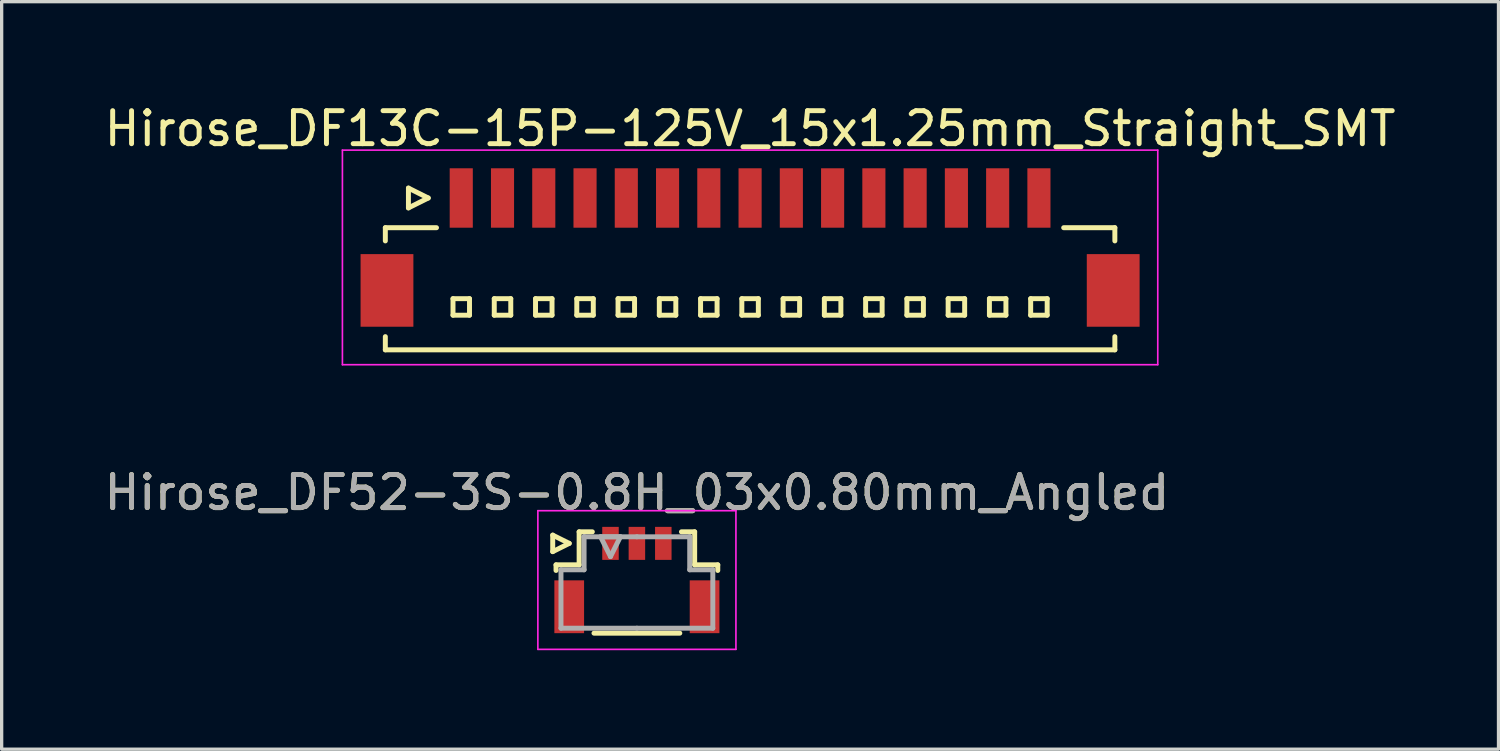
<source format=kicad_pcb>
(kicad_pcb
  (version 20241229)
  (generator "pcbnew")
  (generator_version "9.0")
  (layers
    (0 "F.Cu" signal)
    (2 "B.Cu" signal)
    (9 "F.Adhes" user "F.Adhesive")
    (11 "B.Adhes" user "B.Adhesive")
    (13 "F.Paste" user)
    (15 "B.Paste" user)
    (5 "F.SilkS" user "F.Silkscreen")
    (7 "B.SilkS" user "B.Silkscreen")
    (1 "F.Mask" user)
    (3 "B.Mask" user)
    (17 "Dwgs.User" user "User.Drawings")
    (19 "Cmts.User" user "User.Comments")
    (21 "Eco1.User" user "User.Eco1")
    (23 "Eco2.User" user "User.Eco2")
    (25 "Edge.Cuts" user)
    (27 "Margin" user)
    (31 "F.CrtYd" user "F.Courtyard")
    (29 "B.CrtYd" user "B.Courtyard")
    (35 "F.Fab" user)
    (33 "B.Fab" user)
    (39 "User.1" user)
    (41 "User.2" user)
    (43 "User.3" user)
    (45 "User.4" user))
  (footprint "Hirose_DF52-3S-0.8H_03x0.80mm_Angled"
    (layer "F.Cu")
    (at 16.244 14.371)
    (property "Reference" "Hirose_DF52-3S-0.8H_03x0.80mm_Angled" (at 0 -2.5 0) (layer "F.SilkS") (effects (font (size 1 1) (thickness 0.15))))
    (attr smd)
    (fp_line (start -2.55 -1.21) (end -2.55 -0.71) (stroke (width 0.15) (type solid)) (layer "F.SilkS"))
    (fp_line (start -2.55 -0.71) (end -2.05 -0.96) (stroke (width 0.15) (type solid)) (layer "F.SilkS"))
    (fp_line (start -2.45 -0.31) (end -2.45 -0.14) (stroke (width 0.15) (type solid)) (layer "F.SilkS"))
    (fp_line (start -2.05 -0.96) (end -2.55 -1.21) (stroke (width 0.15) (type solid)) (layer "F.SilkS"))
    (fp_line (start -1.75 -1.31) (end -1.75 -0.31) (stroke (width 0.15) (type solid)) (layer "F.SilkS"))
    (fp_line (start -1.75 -0.31) (end -2.45 -0.31) (stroke (width 0.15) (type solid)) (layer "F.SilkS"))
    (fp_line (start -1.35 -1.31) (end -1.75 -1.31) (stroke (width 0.15) (type solid)) (layer "F.SilkS"))
    (fp_line (start -1.3 1.76) (end 1.3 1.76) (stroke (width 0.15) (type solid)) (layer "F.SilkS"))
    (fp_line (start 1.35 -1.31) (end 1.75 -1.31) (stroke (width 0.15) (type solid)) (layer "F.SilkS"))
    (fp_line (start 1.75 -1.31) (end 1.75 -0.31) (stroke (width 0.15) (type solid)) (layer "F.SilkS"))
    (fp_line (start 1.75 -0.31) (end 2.45 -0.31) (stroke (width 0.15) (type solid)) (layer "F.SilkS"))
    (fp_line (start 2.45 -0.31) (end 2.45 -0.14) (stroke (width 0.15) (type solid)) (layer "F.SilkS"))
    (fp_line (start -3 -1.95) (end -3 2.25) (stroke (width 0.05) (type solid)) (layer "F.CrtYd"))
    (fp_line (start -3 2.25) (end 3 2.25) (stroke (width 0.05) (type solid)) (layer "F.CrtYd"))
    (fp_line (start 3 -1.95) (end -3 -1.95) (stroke (width 0.05) (type solid)) (layer "F.CrtYd"))
    (fp_line (start 3 2.25) (end 3 -1.95) (stroke (width 0.05) (type solid)) (layer "F.CrtYd"))
    (fp_line (start -2.3 -0.16) (end -2.3 1.61) (stroke (width 0.15) (type solid)) (layer "F.Fab"))
    (fp_line (start -2.3 1.61) (end 0 1.61) (stroke (width 0.15) (type solid)) (layer "F.Fab"))
    (fp_line (start -1.6 -1.16) (end -1.6 -1.16) (stroke (width 0.15) (type solid)) (layer "F.Fab"))
    (fp_line (start -1.6 -1.16) (end -1.6 -0.16) (stroke (width 0.15) (type solid)) (layer "F.Fab"))
    (fp_line (start -1.6 -0.16) (end -2.3 -0.16) (stroke (width 0.15) (type solid)) (layer "F.Fab"))
    (fp_line (start -1.1 -1.16) (end -0.5 -1.16) (stroke (width 0.15) (type solid)) (layer "F.Fab"))
    (fp_line (start -0.8 -0.56) (end -1.1 -1.16) (stroke (width 0.15) (type solid)) (layer "F.Fab"))
    (fp_line (start -0.5 -1.16) (end -0.8 -0.56) (stroke (width 0.15) (type solid)) (layer "F.Fab"))
    (fp_line (start 0 -1.16) (end -1.6 -1.16) (stroke (width 0.15) (type solid)) (layer "F.Fab"))
    (fp_line (start 0 -1.16) (end 1.6 -1.16) (stroke (width 0.15) (type solid)) (layer "F.Fab"))
    (fp_line (start 1.6 -1.16) (end 1.6 -1.16) (stroke (width 0.15) (type solid)) (layer "F.Fab"))
    (fp_line (start 1.6 -1.16) (end 1.6 -0.16) (stroke (width 0.15) (type solid)) (layer "F.Fab"))
    (fp_line (start 1.6 -0.16) (end 2.3 -0.16) (stroke (width 0.15) (type solid)) (layer "F.Fab"))
    (fp_line (start 2.3 -0.16) (end 2.3 1.61) (stroke (width 0.15) (type solid)) (layer "F.Fab"))
    (fp_line (start 2.3 1.61) (end 0 1.61) (stroke (width 0.15) (type solid)) (layer "F.Fab"))
    (fp_text user "${REFERENCE}" (at 0 -2.5 0) (layer "F.Fab") (effects (font (size 1 1) (thickness 0.15))))
    (pad "" smd rect (at -2.05 0.96) (size 0.9 1.6) (layers "F.Cu" "F.Mask" "F.Paste"))
    (pad "" smd rect (at 2.05 0.96) (size 0.9 1.6) (layers "F.Cu" "F.Mask" "F.Paste"))
    (pad "1" smd rect (at -0.8 -0.96) (size 0.5 1) (layers "F.Cu" "F.Mask" "F.Paste"))
    (pad "2" smd rect (at 0 -0.96) (size 0.5 1) (layers "F.Cu" "F.Mask" "F.Paste"))
    (pad "3" smd rect (at 0.8 -0.96) (size 0.5 1) (layers "F.Cu" "F.Mask" "F.Paste")))
  (footprint "Hirose_DF13C-15P-125V_15x1.25mm_Straight_SMT"
    (layer "F.Cu")
    (at 19.673 4.348)
    (property "Reference" "Hirose_DF13C-15P-125V_15x1.25mm_Straight_SMT" (at 0 -3.5 0) (layer "F.SilkS") (effects (font (size 1 1) (thickness 0.15))))
    (attr smd)
    (fp_line (start -11.05 -0.5) (end -11.05 -0.1) (stroke (width 0.15) (type solid)) (layer "F.SilkS"))
    (fp_line (start -11.05 -0.5) (end -9.5 -0.5) (stroke (width 0.15) (type solid)) (layer "F.SilkS"))
    (fp_line (start -11.05 3.2) (end -11.05 2.8) (stroke (width 0.15) (type solid)) (layer "F.SilkS"))
    (fp_line (start -11.05 3.2) (end 11.05 3.2) (stroke (width 0.15) (type solid)) (layer "F.SilkS"))
    (fp_line (start -10.35 -1.7) (end -10.35 -1.1) (stroke (width 0.15) (type solid)) (layer "F.SilkS"))
    (fp_line (start -10.35 -1.1) (end -9.75 -1.4) (stroke (width 0.15) (type solid)) (layer "F.SilkS"))
    (fp_line (start -9.75 -1.4) (end -10.35 -1.7) (stroke (width 0.15) (type solid)) (layer "F.SilkS"))
    (fp_line (start -9 1.65) (end -9 2.15) (stroke (width 0.15) (type solid)) (layer "F.SilkS"))
    (fp_line (start -9 2.15) (end -8.5 2.15) (stroke (width 0.15) (type solid)) (layer "F.SilkS"))
    (fp_line (start -8.5 1.65) (end -9 1.65) (stroke (width 0.15) (type solid)) (layer "F.SilkS"))
    (fp_line (start -8.5 2.15) (end -8.5 1.65) (stroke (width 0.15) (type solid)) (layer "F.SilkS"))
    (fp_line (start -7.75 1.65) (end -7.75 2.15) (stroke (width 0.15) (type solid)) (layer "F.SilkS"))
    (fp_line (start -7.75 2.15) (end -7.25 2.15) (stroke (width 0.15) (type solid)) (layer "F.SilkS"))
    (fp_line (start -7.25 1.65) (end -7.75 1.65) (stroke (width 0.15) (type solid)) (layer "F.SilkS"))
    (fp_line (start -7.25 2.15) (end -7.25 1.65) (stroke (width 0.15) (type solid)) (layer "F.SilkS"))
    (fp_line (start -6.5 1.65) (end -6.5 2.15) (stroke (width 0.15) (type solid)) (layer "F.SilkS"))
    (fp_line (start -6.5 2.15) (end -6 2.15) (stroke (width 0.15) (type solid)) (layer "F.SilkS"))
    (fp_line (start -6 1.65) (end -6.5 1.65) (stroke (width 0.15) (type solid)) (layer "F.SilkS"))
    (fp_line (start -6 2.15) (end -6 1.65) (stroke (width 0.15) (type solid)) (layer "F.SilkS"))
    (fp_line (start -5.25 1.65) (end -5.25 2.15) (stroke (width 0.15) (type solid)) (layer "F.SilkS"))
    (fp_line (start -5.25 2.15) (end -4.75 2.15) (stroke (width 0.15) (type solid)) (layer "F.SilkS"))
    (fp_line (start -4.75 1.65) (end -5.25 1.65) (stroke (width 0.15) (type solid)) (layer "F.SilkS"))
    (fp_line (start -4.75 2.15) (end -4.75 1.65) (stroke (width 0.15) (type solid)) (layer "F.SilkS"))
    (fp_line (start -4 1.65) (end -4 2.15) (stroke (width 0.15) (type solid)) (layer "F.SilkS"))
    (fp_line (start -4 2.15) (end -3.5 2.15) (stroke (width 0.15) (type solid)) (layer "F.SilkS"))
    (fp_line (start -3.5 1.65) (end -4 1.65) (stroke (width 0.15) (type solid)) (layer "F.SilkS"))
    (fp_line (start -3.5 2.15) (end -3.5 1.65) (stroke (width 0.15) (type solid)) (layer "F.SilkS"))
    (fp_line (start -2.75 1.65) (end -2.75 2.15) (stroke (width 0.15) (type solid)) (layer "F.SilkS"))
    (fp_line (start -2.75 2.15) (end -2.25 2.15) (stroke (width 0.15) (type solid)) (layer "F.SilkS"))
    (fp_line (start -2.25 1.65) (end -2.75 1.65) (stroke (width 0.15) (type solid)) (layer "F.SilkS"))
    (fp_line (start -2.25 2.15) (end -2.25 1.65) (stroke (width 0.15) (type solid)) (layer "F.SilkS"))
    (fp_line (start -1.5 1.65) (end -1.5 2.15) (stroke (width 0.15) (type solid)) (layer "F.SilkS"))
    (fp_line (start -1.5 2.15) (end -1 2.15) (stroke (width 0.15) (type solid)) (layer "F.SilkS"))
    (fp_line (start -1 1.65) (end -1.5 1.65) (stroke (width 0.15) (type solid)) (layer "F.SilkS"))
    (fp_line (start -1 2.15) (end -1 1.65) (stroke (width 0.15) (type solid)) (layer "F.SilkS"))
    (fp_line (start -0.25 1.65) (end -0.25 2.15) (stroke (width 0.15) (type solid)) (layer "F.SilkS"))
    (fp_line (start -0.25 2.15) (end 0.25 2.15) (stroke (width 0.15) (type solid)) (layer "F.SilkS"))
    (fp_line (start 0.25 1.65) (end -0.25 1.65) (stroke (width 0.15) (type solid)) (layer "F.SilkS"))
    (fp_line (start 0.25 2.15) (end 0.25 1.65) (stroke (width 0.15) (type solid)) (layer "F.SilkS"))
    (fp_line (start 1 1.65) (end 1 2.15) (stroke (width 0.15) (type solid)) (layer "F.SilkS"))
    (fp_line (start 1 2.15) (end 1.5 2.15) (stroke (width 0.15) (type solid)) (layer "F.SilkS"))
    (fp_line (start 1.5 1.65) (end 1 1.65) (stroke (width 0.15) (type solid)) (layer "F.SilkS"))
    (fp_line (start 1.5 2.15) (end 1.5 1.65) (stroke (width 0.15) (type solid)) (layer "F.SilkS"))
    (fp_line (start 2.25 1.65) (end 2.25 2.15) (stroke (width 0.15) (type solid)) (layer "F.SilkS"))
    (fp_line (start 2.25 2.15) (end 2.75 2.15) (stroke (width 0.15) (type solid)) (layer "F.SilkS"))
    (fp_line (start 2.75 1.65) (end 2.25 1.65) (stroke (width 0.15) (type solid)) (layer "F.SilkS"))
    (fp_line (start 2.75 2.15) (end 2.75 1.65) (stroke (width 0.15) (type solid)) (layer "F.SilkS"))
    (fp_line (start 3.5 1.65) (end 3.5 2.15) (stroke (width 0.15) (type solid)) (layer "F.SilkS"))
    (fp_line (start 3.5 2.15) (end 4 2.15) (stroke (width 0.15) (type solid)) (layer "F.SilkS"))
    (fp_line (start 4 1.65) (end 3.5 1.65) (stroke (width 0.15) (type solid)) (layer "F.SilkS"))
    (fp_line (start 4 2.15) (end 4 1.65) (stroke (width 0.15) (type solid)) (layer "F.SilkS"))
    (fp_line (start 4.75 1.65) (end 4.75 2.15) (stroke (width 0.15) (type solid)) (layer "F.SilkS"))
    (fp_line (start 4.75 2.15) (end 5.25 2.15) (stroke (width 0.15) (type solid)) (layer "F.SilkS"))
    (fp_line (start 5.25 1.65) (end 4.75 1.65) (stroke (width 0.15) (type solid)) (layer "F.SilkS"))
    (fp_line (start 5.25 2.15) (end 5.25 1.65) (stroke (width 0.15) (type solid)) (layer "F.SilkS"))
    (fp_line (start 6 1.65) (end 6 2.15) (stroke (width 0.15) (type solid)) (layer "F.SilkS"))
    (fp_line (start 6 2.15) (end 6.5 2.15) (stroke (width 0.15) (type solid)) (layer "F.SilkS"))
    (fp_line (start 6.5 1.65) (end 6 1.65) (stroke (width 0.15) (type solid)) (layer "F.SilkS"))
    (fp_line (start 6.5 2.15) (end 6.5 1.65) (stroke (width 0.15) (type solid)) (layer "F.SilkS"))
    (fp_line (start 7.25 1.65) (end 7.25 2.15) (stroke (width 0.15) (type solid)) (layer "F.SilkS"))
    (fp_line (start 7.25 2.15) (end 7.75 2.15) (stroke (width 0.15) (type solid)) (layer "F.SilkS"))
    (fp_line (start 7.75 1.65) (end 7.25 1.65) (stroke (width 0.15) (type solid)) (layer "F.SilkS"))
    (fp_line (start 7.75 2.15) (end 7.75 1.65) (stroke (width 0.15) (type solid)) (layer "F.SilkS"))
    (fp_line (start 8.5 1.65) (end 8.5 2.15) (stroke (width 0.15) (type solid)) (layer "F.SilkS"))
    (fp_line (start 8.5 2.15) (end 9 2.15) (stroke (width 0.15) (type solid)) (layer "F.SilkS"))
    (fp_line (start 9 1.65) (end 8.5 1.65) (stroke (width 0.15) (type solid)) (layer "F.SilkS"))
    (fp_line (start 9 2.15) (end 9 1.65) (stroke (width 0.15) (type solid)) (layer "F.SilkS"))
    (fp_line (start 11.05 -0.5) (end 9.5 -0.5) (stroke (width 0.15) (type solid)) (layer "F.SilkS"))
    (fp_line (start 11.05 -0.5) (end 11.05 -0.1) (stroke (width 0.15) (type solid)) (layer "F.SilkS"))
    (fp_line (start 11.05 3.2) (end 11.05 2.8) (stroke (width 0.15) (type solid)) (layer "F.SilkS"))
    (fp_line (start -12.35 -2.85) (end -12.35 3.65) (stroke (width 0.05) (type solid)) (layer "F.CrtYd"))
    (fp_line (start -12.35 3.65) (end 12.35 3.65) (stroke (width 0.05) (type solid)) (layer "F.CrtYd"))
    (fp_line (start 12.35 -2.85) (end -12.35 -2.85) (stroke (width 0.05) (type solid)) (layer "F.CrtYd"))
    (fp_line (start 12.35 3.65) (end 12.35 -2.85) (stroke (width 0.05) (type solid)) (layer "F.CrtYd"))
    (pad "" smd rect (at -11 1.4) (size 1.6 2.2) (layers "F.Cu" "F.Mask" "F.Paste"))
    (pad "" smd rect (at 11 1.4) (size 1.6 2.2) (layers "F.Cu" "F.Mask" "F.Paste"))
    (pad "1" smd rect (at -8.75 -1.4) (size 0.7 1.8) (layers "F.Cu" "F.Mask" "F.Paste"))
    (pad "2" smd rect (at -7.5 -1.4) (size 0.7 1.8) (layers "F.Cu" "F.Mask" "F.Paste"))
    (pad "3" smd rect (at -6.25 -1.4) (size 0.7 1.8) (layers "F.Cu" "F.Mask" "F.Paste"))
    (pad "4" smd rect (at -5 -1.4) (size 0.7 1.8) (layers "F.Cu" "F.Mask" "F.Paste"))
    (pad "5" smd rect (at -3.75 -1.4) (size 0.7 1.8) (layers "F.Cu" "F.Mask" "F.Paste"))
    (pad "6" smd rect (at -2.5 -1.4) (size 0.7 1.8) (layers "F.Cu" "F.Mask" "F.Paste"))
    (pad "7" smd rect (at -1.25 -1.4) (size 0.7 1.8) (layers "F.Cu" "F.Mask" "F.Paste"))
    (pad "8" smd rect (at 0 -1.4) (size 0.7 1.8) (layers "F.Cu" "F.Mask" "F.Paste"))
    (pad "9" smd rect (at 1.25 -1.4) (size 0.7 1.8) (layers "F.Cu" "F.Mask" "F.Paste"))
    (pad "10" smd rect (at 2.5 -1.4) (size 0.7 1.8) (layers "F.Cu" "F.Mask" "F.Paste"))
    (pad "11" smd rect (at 3.75 -1.4) (size 0.7 1.8) (layers "F.Cu" "F.Mask" "F.Paste"))
    (pad "12" smd rect (at 5 -1.4) (size 0.7 1.8) (layers "F.Cu" "F.Mask" "F.Paste"))
    (pad "13" smd rect (at 6.25 -1.4) (size 0.7 1.8) (layers "F.Cu" "F.Mask" "F.Paste"))
    (pad "14" smd rect (at 7.5 -1.4) (size 0.7 1.8) (layers "F.Cu" "F.Mask" "F.Paste"))
    (pad "15" smd rect (at 8.75 -1.4) (size 0.7 1.8) (layers "F.Cu" "F.Mask" "F.Paste")))
  (gr_rect
    (start -3 -3)
    (end 42.345 19.646)
    (stroke (width 0.1) (type default))
    (fill no)
    (layer "Edge.Cuts")))
</source>
